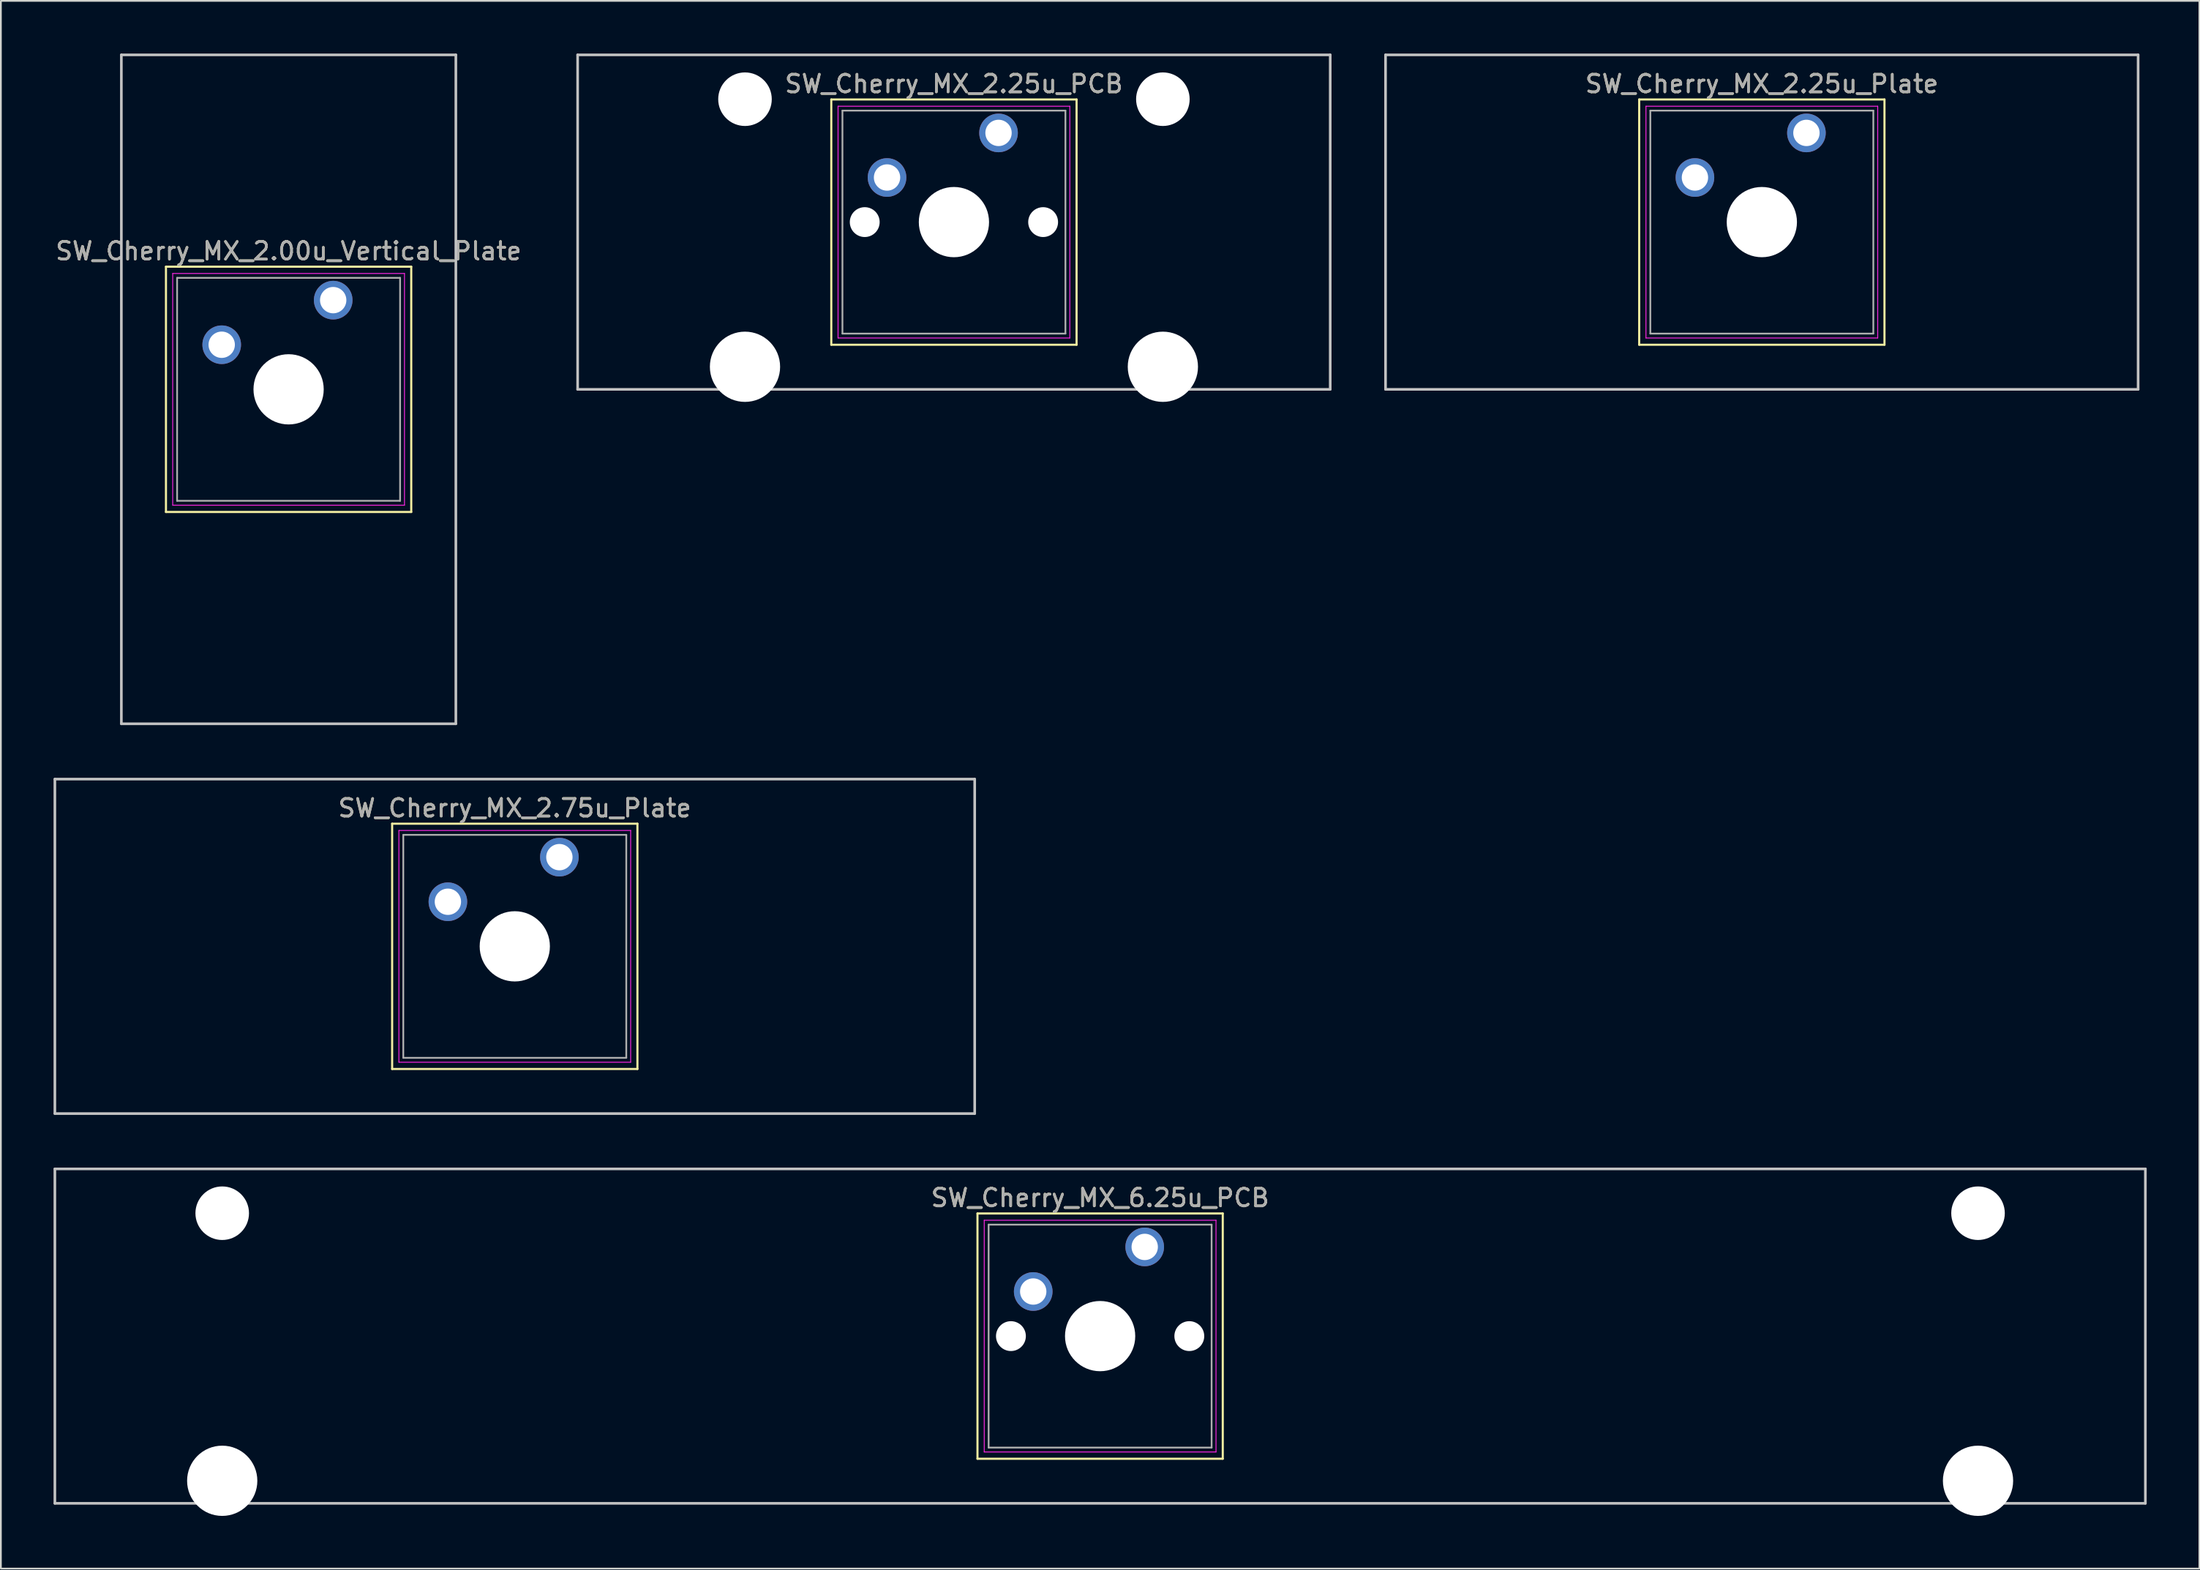
<source format=kicad_pcb>
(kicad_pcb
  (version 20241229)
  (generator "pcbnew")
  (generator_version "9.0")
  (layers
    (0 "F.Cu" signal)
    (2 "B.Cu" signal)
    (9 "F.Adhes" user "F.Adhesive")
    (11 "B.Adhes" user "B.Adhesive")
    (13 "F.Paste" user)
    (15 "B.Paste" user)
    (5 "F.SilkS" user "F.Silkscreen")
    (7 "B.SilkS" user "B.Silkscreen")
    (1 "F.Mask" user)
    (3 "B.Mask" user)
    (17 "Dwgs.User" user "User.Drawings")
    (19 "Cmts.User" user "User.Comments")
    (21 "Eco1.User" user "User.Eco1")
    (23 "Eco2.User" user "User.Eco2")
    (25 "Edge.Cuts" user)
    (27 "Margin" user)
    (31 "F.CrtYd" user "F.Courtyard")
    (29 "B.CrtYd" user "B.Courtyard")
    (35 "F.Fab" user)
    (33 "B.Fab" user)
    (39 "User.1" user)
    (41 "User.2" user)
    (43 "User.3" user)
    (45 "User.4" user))
  (footprint "SW_Cherry_MX_2.75u_Plate"
    (layer "F.Cu")
    (at 28.809 45.77)
    (property "Reference" "SW_Cherry_MX_2.75u_Plate" (at -2.54 -2.794 0) (layer "F.SilkS") (effects (font (size 1 1) (thickness 0.15))))
    (attr through_hole)
    (fp_line (start -9.525 -1.905) (end 4.445 -1.905) (stroke (width 0.12) (type solid)) (layer "F.SilkS"))
    (fp_line (start -9.525 12.065) (end -9.525 -1.905) (stroke (width 0.12) (type solid)) (layer "F.SilkS"))
    (fp_line (start 4.445 -1.905) (end 4.445 12.065) (stroke (width 0.12) (type solid)) (layer "F.SilkS"))
    (fp_line (start 4.445 12.065) (end -9.525 12.065) (stroke (width 0.12) (type solid)) (layer "F.SilkS"))
    (fp_line (start -28.734 -4.445) (end 23.654 -4.445) (stroke (width 0.15) (type solid)) (layer "Dwgs.User"))
    (fp_line (start -28.734 14.605) (end -28.734 -4.445) (stroke (width 0.15) (type solid)) (layer "Dwgs.User"))
    (fp_line (start 23.654 -4.445) (end 23.654 14.605) (stroke (width 0.15) (type solid)) (layer "Dwgs.User"))
    (fp_line (start 23.654 14.605) (end -28.734 14.605) (stroke (width 0.15) (type solid)) (layer "Dwgs.User"))
    (fp_line (start -9.14 -1.52) (end 4.06 -1.52) (stroke (width 0.05) (type solid)) (layer "F.CrtYd"))
    (fp_line (start -9.14 11.68) (end -9.14 -1.52) (stroke (width 0.05) (type solid)) (layer "F.CrtYd"))
    (fp_line (start 4.06 -1.52) (end 4.06 11.68) (stroke (width 0.05) (type solid)) (layer "F.CrtYd"))
    (fp_line (start 4.06 11.68) (end -9.14 11.68) (stroke (width 0.05) (type solid)) (layer "F.CrtYd"))
    (fp_line (start -8.89 -1.27) (end 3.81 -1.27) (stroke (width 0.1) (type solid)) (layer "F.Fab"))
    (fp_line (start -8.89 11.43) (end -8.89 -1.27) (stroke (width 0.1) (type solid)) (layer "F.Fab"))
    (fp_line (start 3.81 -1.27) (end 3.81 11.43) (stroke (width 0.1) (type solid)) (layer "F.Fab"))
    (fp_line (start 3.81 11.43) (end -8.89 11.43) (stroke (width 0.1) (type solid)) (layer "F.Fab"))
    (fp_text user "${REFERENCE}" (at -2.54 -2.794 0) (layer "F.Fab") (effects (font (size 1 1) (thickness 0.15))))
    (pad "" np_thru_hole circle (at -2.54 5.08) (size 4 4) (drill 4) (layers "*.Cu" "*.Mask"))
    (pad "1" thru_hole circle (at 0 0) (size 2.2 2.2) (drill 1.5) (layers "*.Cu" "*.Mask"))
    (pad "2" thru_hole circle (at -6.35 2.54) (size 2.2 2.2) (drill 1.5) (layers "*.Cu" "*.Mask")))
  (footprint "SW_Cherry_MX_2.25u_Plate"
    (layer "F.Cu")
    (at 99.833 4.52)
    (property "Reference" "SW_Cherry_MX_2.25u_Plate" (at -2.54 -2.794 0) (layer "F.SilkS") (effects (font (size 1 1) (thickness 0.15))))
    (attr through_hole)
    (fp_line (start -9.525 -1.905) (end 4.445 -1.905) (stroke (width 0.12) (type solid)) (layer "F.SilkS"))
    (fp_line (start -9.525 12.065) (end -9.525 -1.905) (stroke (width 0.12) (type solid)) (layer "F.SilkS"))
    (fp_line (start 4.445 -1.905) (end 4.445 12.065) (stroke (width 0.12) (type solid)) (layer "F.SilkS"))
    (fp_line (start 4.445 12.065) (end -9.525 12.065) (stroke (width 0.12) (type solid)) (layer "F.SilkS"))
    (fp_line (start -23.971 -4.445) (end 18.891 -4.445) (stroke (width 0.15) (type solid)) (layer "Dwgs.User"))
    (fp_line (start -23.971 14.605) (end -23.971 -4.445) (stroke (width 0.15) (type solid)) (layer "Dwgs.User"))
    (fp_line (start 18.891 -4.445) (end 18.891 14.605) (stroke (width 0.15) (type solid)) (layer "Dwgs.User"))
    (fp_line (start 18.891 14.605) (end -23.971 14.605) (stroke (width 0.15) (type solid)) (layer "Dwgs.User"))
    (fp_line (start -9.14 -1.52) (end 4.06 -1.52) (stroke (width 0.05) (type solid)) (layer "F.CrtYd"))
    (fp_line (start -9.14 11.68) (end -9.14 -1.52) (stroke (width 0.05) (type solid)) (layer "F.CrtYd"))
    (fp_line (start 4.06 -1.52) (end 4.06 11.68) (stroke (width 0.05) (type solid)) (layer "F.CrtYd"))
    (fp_line (start 4.06 11.68) (end -9.14 11.68) (stroke (width 0.05) (type solid)) (layer "F.CrtYd"))
    (fp_line (start -8.89 -1.27) (end 3.81 -1.27) (stroke (width 0.1) (type solid)) (layer "F.Fab"))
    (fp_line (start -8.89 11.43) (end -8.89 -1.27) (stroke (width 0.1) (type solid)) (layer "F.Fab"))
    (fp_line (start 3.81 -1.27) (end 3.81 11.43) (stroke (width 0.1) (type solid)) (layer "F.Fab"))
    (fp_line (start 3.81 11.43) (end -8.89 11.43) (stroke (width 0.1) (type solid)) (layer "F.Fab"))
    (fp_text user "${REFERENCE}" (at -2.54 -2.794 0) (layer "F.Fab") (effects (font (size 1 1) (thickness 0.15))))
    (pad "" np_thru_hole circle (at -2.54 5.08) (size 4 4) (drill 4) (layers "*.Cu" "*.Mask"))
    (pad "1" thru_hole circle (at 0 0) (size 2.2 2.2) (drill 1.5) (layers "*.Cu" "*.Mask"))
    (pad "2" thru_hole circle (at -6.35 2.54) (size 2.2 2.2) (drill 1.5) (layers "*.Cu" "*.Mask")))
  (footprint "SW_Cherry_MX_6.25u_PCB"
    (layer "F.Cu")
    (at 62.146 67.97)
    (property "Reference" "SW_Cherry_MX_6.25u_PCB" (at -2.54 -2.794 0) (layer "F.SilkS") (effects (font (size 1 1) (thickness 0.15))))
    (attr through_hole)
    (fp_line (start -9.525 -1.905) (end 4.445 -1.905) (stroke (width 0.12) (type solid)) (layer "F.SilkS"))
    (fp_line (start -9.525 12.065) (end -9.525 -1.905) (stroke (width 0.12) (type solid)) (layer "F.SilkS"))
    (fp_line (start 4.445 -1.905) (end 4.445 12.065) (stroke (width 0.12) (type solid)) (layer "F.SilkS"))
    (fp_line (start 4.445 12.065) (end -9.525 12.065) (stroke (width 0.12) (type solid)) (layer "F.SilkS"))
    (fp_line (start -62.071 -4.445) (end 56.991 -4.445) (stroke (width 0.15) (type solid)) (layer "Dwgs.User"))
    (fp_line (start -62.071 14.605) (end -62.071 -4.445) (stroke (width 0.15) (type solid)) (layer "Dwgs.User"))
    (fp_line (start 56.991 -4.445) (end 56.991 14.605) (stroke (width 0.15) (type solid)) (layer "Dwgs.User"))
    (fp_line (start 56.991 14.605) (end -62.071 14.605) (stroke (width 0.15) (type solid)) (layer "Dwgs.User"))
    (fp_line (start -9.14 -1.52) (end 4.06 -1.52) (stroke (width 0.05) (type solid)) (layer "F.CrtYd"))
    (fp_line (start -9.14 11.68) (end -9.14 -1.52) (stroke (width 0.05) (type solid)) (layer "F.CrtYd"))
    (fp_line (start 4.06 -1.52) (end 4.06 11.68) (stroke (width 0.05) (type solid)) (layer "F.CrtYd"))
    (fp_line (start 4.06 11.68) (end -9.14 11.68) (stroke (width 0.05) (type solid)) (layer "F.CrtYd"))
    (fp_line (start -8.89 -1.27) (end 3.81 -1.27) (stroke (width 0.1) (type solid)) (layer "F.Fab"))
    (fp_line (start -8.89 11.43) (end -8.89 -1.27) (stroke (width 0.1) (type solid)) (layer "F.Fab"))
    (fp_line (start 3.81 -1.27) (end 3.81 11.43) (stroke (width 0.1) (type solid)) (layer "F.Fab"))
    (fp_line (start 3.81 11.43) (end -8.89 11.43) (stroke (width 0.1) (type solid)) (layer "F.Fab"))
    (fp_text user "${REFERENCE}" (at -2.54 -2.794 0) (layer "F.Fab") (effects (font (size 1 1) (thickness 0.15))))
    (pad "" np_thru_hole circle (at -52.54 -1.92) (size 3.05 3.05) (drill 3.05) (layers "*.Cu" "*.Mask"))
    (pad "" np_thru_hole circle (at -52.54 13.32) (size 4 4) (drill 4) (layers "*.Cu" "*.Mask"))
    (pad "" np_thru_hole circle (at -7.62 5.08) (size 1.7 1.7) (drill 1.7) (layers "*.Cu" "*.Mask"))
    (pad "" np_thru_hole circle (at -2.54 5.08) (size 4 4) (drill 4) (layers "*.Cu" "*.Mask"))
    (pad "" np_thru_hole circle (at 2.54 5.08) (size 1.7 1.7) (drill 1.7) (layers "*.Cu" "*.Mask"))
    (pad "" np_thru_hole circle (at 47.46 -1.92) (size 3.05 3.05) (drill 3.05) (layers "*.Cu" "*.Mask"))
    (pad "" np_thru_hole circle (at 47.46 13.32) (size 4 4) (drill 4) (layers "*.Cu" "*.Mask"))
    (pad "1" thru_hole circle (at 0 0) (size 2.2 2.2) (drill 1.5) (layers "*.Cu" "*.Mask"))
    (pad "2" thru_hole circle (at -6.35 2.54) (size 2.2 2.2) (drill 1.5) (layers "*.Cu" "*.Mask")))
  (footprint "SW_Cherry_MX_2.25u_PCB"
    (layer "F.Cu")
    (at 53.82 4.52)
    (property "Reference" "SW_Cherry_MX_2.25u_PCB" (at -2.54 -2.794 0) (layer "F.SilkS") (effects (font (size 1 1) (thickness 0.15))))
    (attr through_hole)
    (fp_line (start -9.525 -1.905) (end 4.445 -1.905) (stroke (width 0.12) (type solid)) (layer "F.SilkS"))
    (fp_line (start -9.525 12.065) (end -9.525 -1.905) (stroke (width 0.12) (type solid)) (layer "F.SilkS"))
    (fp_line (start 4.445 -1.905) (end 4.445 12.065) (stroke (width 0.12) (type solid)) (layer "F.SilkS"))
    (fp_line (start 4.445 12.065) (end -9.525 12.065) (stroke (width 0.12) (type solid)) (layer "F.SilkS"))
    (fp_line (start -23.971 -4.445) (end 18.891 -4.445) (stroke (width 0.15) (type solid)) (layer "Dwgs.User"))
    (fp_line (start -23.971 14.605) (end -23.971 -4.445) (stroke (width 0.15) (type solid)) (layer "Dwgs.User"))
    (fp_line (start 18.891 -4.445) (end 18.891 14.605) (stroke (width 0.15) (type solid)) (layer "Dwgs.User"))
    (fp_line (start 18.891 14.605) (end -23.971 14.605) (stroke (width 0.15) (type solid)) (layer "Dwgs.User"))
    (fp_line (start -9.14 -1.52) (end 4.06 -1.52) (stroke (width 0.05) (type solid)) (layer "F.CrtYd"))
    (fp_line (start -9.14 11.68) (end -9.14 -1.52) (stroke (width 0.05) (type solid)) (layer "F.CrtYd"))
    (fp_line (start 4.06 -1.52) (end 4.06 11.68) (stroke (width 0.05) (type solid)) (layer "F.CrtYd"))
    (fp_line (start 4.06 11.68) (end -9.14 11.68) (stroke (width 0.05) (type solid)) (layer "F.CrtYd"))
    (fp_line (start -8.89 -1.27) (end 3.81 -1.27) (stroke (width 0.1) (type solid)) (layer "F.Fab"))
    (fp_line (start -8.89 11.43) (end -8.89 -1.27) (stroke (width 0.1) (type solid)) (layer "F.Fab"))
    (fp_line (start 3.81 -1.27) (end 3.81 11.43) (stroke (width 0.1) (type solid)) (layer "F.Fab"))
    (fp_line (start 3.81 11.43) (end -8.89 11.43) (stroke (width 0.1) (type solid)) (layer "F.Fab"))
    (fp_text user "${REFERENCE}" (at -2.54 -2.794 0) (layer "F.Fab") (effects (font (size 1 1) (thickness 0.15))))
    (pad "" np_thru_hole circle (at -14.44 -1.92) (size 3.05 3.05) (drill 3.05) (layers "*.Cu" "*.Mask"))
    (pad "" np_thru_hole circle (at -14.44 13.32) (size 4 4) (drill 4) (layers "*.Cu" "*.Mask"))
    (pad "" np_thru_hole circle (at -7.62 5.08) (size 1.7 1.7) (drill 1.7) (layers "*.Cu" "*.Mask"))
    (pad "" np_thru_hole circle (at -2.54 5.08) (size 4 4) (drill 4) (layers "*.Cu" "*.Mask"))
    (pad "" np_thru_hole circle (at 2.54 5.08) (size 1.7 1.7) (drill 1.7) (layers "*.Cu" "*.Mask"))
    (pad "" np_thru_hole circle (at 9.36 -1.92) (size 3.05 3.05) (drill 3.05) (layers "*.Cu" "*.Mask"))
    (pad "" np_thru_hole circle (at 9.36 13.32) (size 4 4) (drill 4) (layers "*.Cu" "*.Mask"))
    (pad "1" thru_hole circle (at 0 0) (size 2.2 2.2) (drill 1.5) (layers "*.Cu" "*.Mask"))
    (pad "2" thru_hole circle (at -6.35 2.54) (size 2.2 2.2) (drill 1.5) (layers "*.Cu" "*.Mask")))
  (footprint "SW_Cherry_MX_2.00u_Vertical_Plate"
    (layer "F.Cu")
    (at 15.927 14.045)
    (property "Reference" "SW_Cherry_MX_2.00u_Vertical_Plate" (at -2.54 -2.794 0) (layer "F.SilkS") (effects (font (size 1 1) (thickness 0.15))))
    (attr through_hole)
    (fp_line (start -9.525 -1.905) (end 4.445 -1.905) (stroke (width 0.12) (type solid)) (layer "F.SilkS"))
    (fp_line (start -9.525 12.065) (end -9.525 -1.905) (stroke (width 0.12) (type solid)) (layer "F.SilkS"))
    (fp_line (start 4.445 -1.905) (end 4.445 12.065) (stroke (width 0.12) (type solid)) (layer "F.SilkS"))
    (fp_line (start 4.445 12.065) (end -9.525 12.065) (stroke (width 0.12) (type solid)) (layer "F.SilkS"))
    (fp_line (start -12.065 -13.97) (end 6.985 -13.97) (stroke (width 0.15) (type solid)) (layer "Dwgs.User"))
    (fp_line (start -12.065 24.13) (end -12.065 -13.97) (stroke (width 0.15) (type solid)) (layer "Dwgs.User"))
    (fp_line (start 6.985 -13.97) (end 6.985 24.13) (stroke (width 0.15) (type solid)) (layer "Dwgs.User"))
    (fp_line (start 6.985 24.13) (end -12.065 24.13) (stroke (width 0.15) (type solid)) (layer "Dwgs.User"))
    (fp_line (start -9.14 -1.52) (end 4.06 -1.52) (stroke (width 0.05) (type solid)) (layer "F.CrtYd"))
    (fp_line (start -9.14 11.68) (end -9.14 -1.52) (stroke (width 0.05) (type solid)) (layer "F.CrtYd"))
    (fp_line (start 4.06 -1.52) (end 4.06 11.68) (stroke (width 0.05) (type solid)) (layer "F.CrtYd"))
    (fp_line (start 4.06 11.68) (end -9.14 11.68) (stroke (width 0.05) (type solid)) (layer "F.CrtYd"))
    (fp_line (start -8.89 -1.27) (end 3.81 -1.27) (stroke (width 0.1) (type solid)) (layer "F.Fab"))
    (fp_line (start -8.89 11.43) (end -8.89 -1.27) (stroke (width 0.1) (type solid)) (layer "F.Fab"))
    (fp_line (start 3.81 -1.27) (end 3.81 11.43) (stroke (width 0.1) (type solid)) (layer "F.Fab"))
    (fp_line (start 3.81 11.43) (end -8.89 11.43) (stroke (width 0.1) (type solid)) (layer "F.Fab"))
    (fp_text user "${REFERENCE}" (at -2.54 -2.794 0) (layer "F.Fab") (effects (font (size 1 1) (thickness 0.15))))
    (pad "" np_thru_hole circle (at -2.54 5.08) (size 4 4) (drill 4) (layers "*.Cu" "*.Mask"))
    (pad "1" thru_hole circle (at 0 0) (size 2.2 2.2) (drill 1.5) (layers "*.Cu" "*.Mask"))
    (pad "2" thru_hole circle (at -6.35 2.54) (size 2.2 2.2) (drill 1.5) (layers "*.Cu" "*.Mask")))
  (gr_rect
    (start -3 -3)
    (end 122.213 86.29)
    (stroke (width 0.1) (type default))
    (fill no)
    (layer "Edge.Cuts")))
</source>
